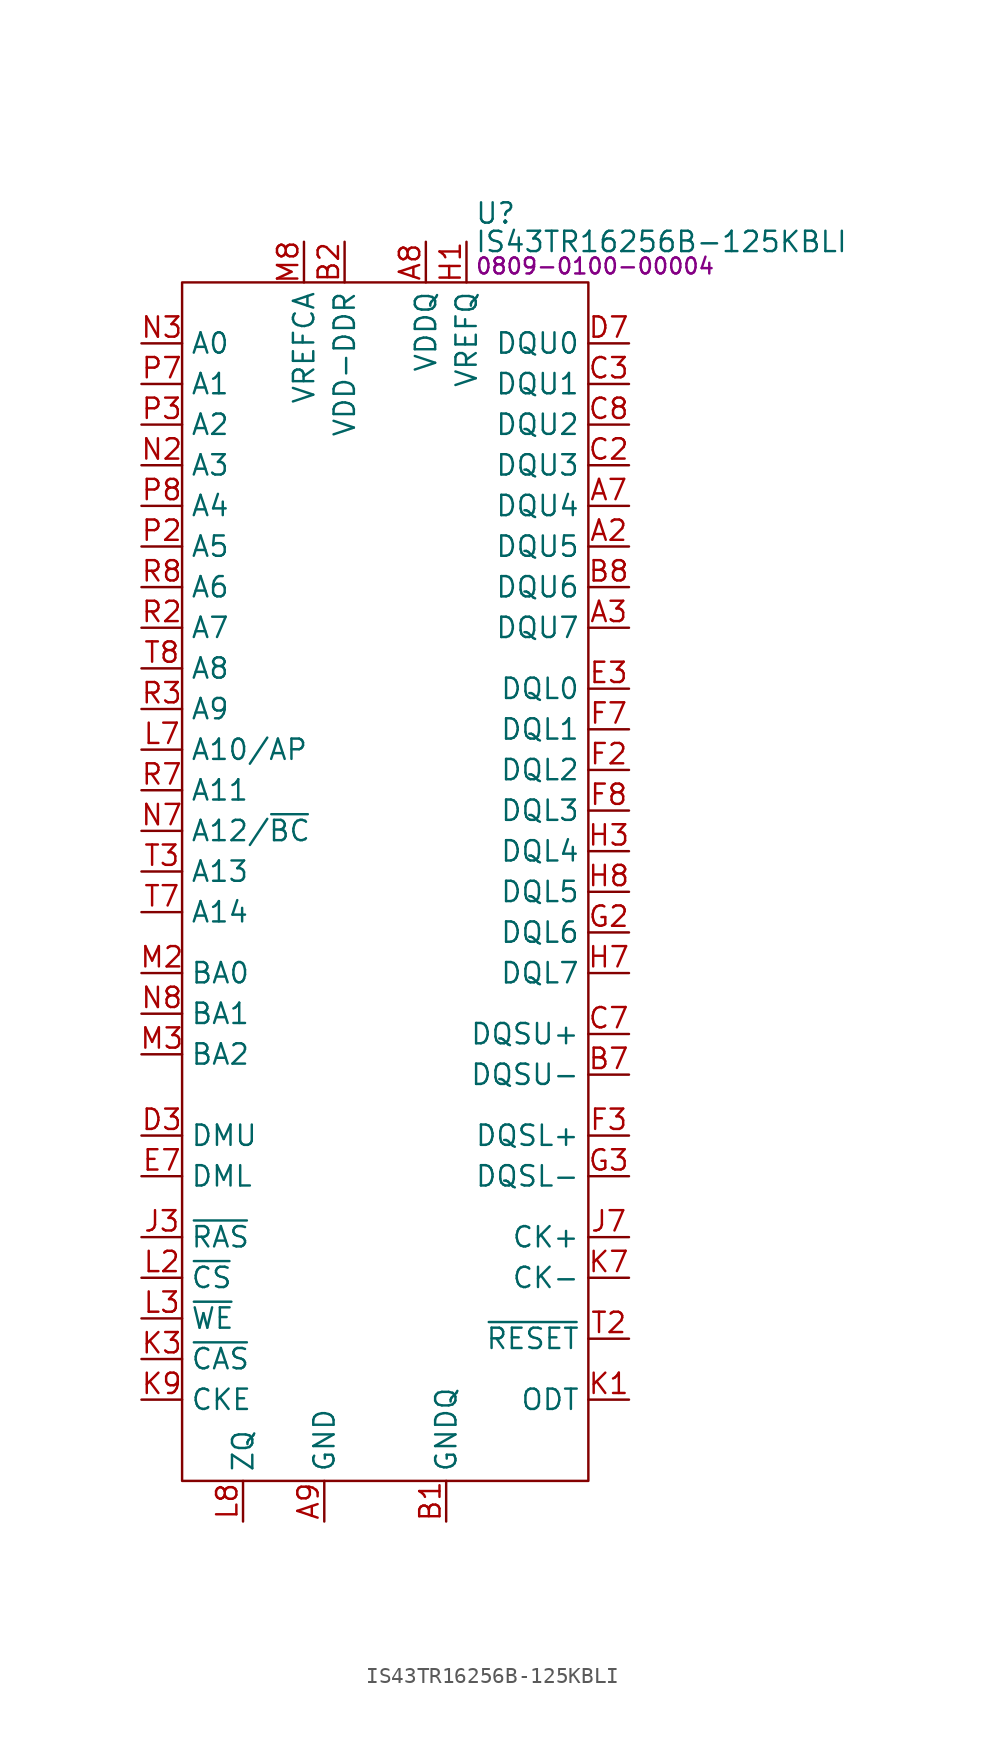
<source format=kicad_sym>
(kicad_symbol_lib
  (version 20231120)
  (generator "kicad_symbol_editor")
  (generator_version "8.0")
  (symbol "IS43TR16256B-125KBLI"
    (property "Reference" "U"
      (at 18.288 4.318 0)
      (effects (font (size 1.27 1.27)) (justify left)))
    (property "Value" "IS43TR16256B-125KBLI"
      (at 18.288 2.54 0)
      (effects (font (size 1.27 1.27)) (justify left)))
    (property "PartNumber" "0809-0100-00004"
      (at 18.288 1.016 0)
      (effects (font (size 1 1)) (justify left)))
    (symbol "IS43TR16256B-125KBLI_0_0"
      (pin power_in line (at 15.24 2.54 270) (length 2.54) hide (name "VDDQ" (effects (font (size 1.27 1.27)))) (number "A1" (effects (font (size 1.27 1.27)))))
      (pin bidirectional line (at 27.94 -16.51 180) (length 2.54) (name "DQU5" (effects (font (size 1.27 1.27)))) (number "A2" (effects (font (size 1.27 1.27)))))
      (pin bidirectional line (at 27.94 -21.59 180) (length 2.54) (name "DQU7" (effects (font (size 1.27 1.27)))) (number "A3" (effects (font (size 1.27 1.27)))))
      (pin bidirectional line (at 27.94 -13.97 180) (length 2.54) (name "DQU4" (effects (font (size 1.27 1.27)))) (number "A7" (effects (font (size 1.27 1.27)))))
      (pin power_in line (at 15.24 2.54 270) (length 2.54) (name "VDDQ" (effects (font (size 1.27 1.27)))) (number "A8" (effects (font (size 1.27 1.27)))))
      (pin power_in line (at 8.89 -77.47 90) (length 2.54) (name "GND" (effects (font (size 1.27 1.27)))) (number "A9" (effects (font (size 1.27 1.27)))))
      (pin power_in line (at 16.51 -77.47 90) (length 2.54) (name "GNDQ" (effects (font (size 1.27 1.27)))) (number "B1" (effects (font (size 1.27 1.27)))))
      (pin power_in line (at 10.16 2.54 270) (length 2.54) (name "VDD-DDR" (effects (font (size 1.27 1.27)))) (number "B2" (effects (font (size 1.27 1.27)))))
      (pin power_in line (at 8.89 -77.47 90) (length 2.54) hide (name "GND" (effects (font (size 1.27 1.27)))) (number "B3" (effects (font (size 1.27 1.27)))))
      (pin bidirectional line (at 27.94 -49.53 180) (length 2.54) (name "DQSU-" (effects (font (size 1.27 1.27)))) (number "B7" (effects (font (size 1.27 1.27)))))
      (pin bidirectional line (at 27.94 -19.05 180) (length 2.54) (name "DQU6" (effects (font (size 1.27 1.27)))) (number "B8" (effects (font (size 1.27 1.27)))))
      (pin power_in line (at 16.51 -77.47 90) (length 2.54) hide (name "GNDQ" (effects (font (size 1.27 1.27)))) (number "B9" (effects (font (size 1.27 1.27)))))
      (pin power_in line (at 15.24 2.54 270) (length 2.54) hide (name "VDDQ" (effects (font (size 1.27 1.27)))) (number "C1" (effects (font (size 1.27 1.27)))))
      (pin bidirectional line (at 27.94 -11.43 180) (length 2.54) (name "DQU3" (effects (font (size 1.27 1.27)))) (number "C2" (effects (font (size 1.27 1.27)))))
      (pin bidirectional line (at 27.94 -6.35 180) (length 2.54) (name "DQU1" (effects (font (size 1.27 1.27)))) (number "C3" (effects (font (size 1.27 1.27)))))
      (pin bidirectional line (at 27.94 -46.99 180) (length 2.54) (name "DQSU+" (effects (font (size 1.27 1.27)))) (number "C7" (effects (font (size 1.27 1.27)))))
      (pin bidirectional line (at 27.94 -8.89 180) (length 2.54) (name "DQU2" (effects (font (size 1.27 1.27)))) (number "C8" (effects (font (size 1.27 1.27)))))
      (pin power_in line (at 15.24 2.54 270) (length 2.54) hide (name "VDDQ" (effects (font (size 1.27 1.27)))) (number "C9" (effects (font (size 1.27 1.27)))))
      (pin power_in line (at 16.51 -77.47 90) (length 2.54) hide (name "GNDQ" (effects (font (size 1.27 1.27)))) (number "D1" (effects (font (size 1.27 1.27)))))
      (pin power_in line (at 15.24 2.54 270) (length 2.54) hide (name "VDDQ" (effects (font (size 1.27 1.27)))) (number "D2" (effects (font (size 1.27 1.27)))))
      (pin input line (at -2.54 -53.34 0) (length 2.54) (name "DMU" (effects (font (size 1.27 1.27)))) (number "D3" (effects (font (size 1.27 1.27)))))
      (pin bidirectional line (at 27.94 -3.81 180) (length 2.54) (name "DQU0" (effects (font (size 1.27 1.27)))) (number "D7" (effects (font (size 1.27 1.27)))))
      (pin power_in line (at 16.51 -77.47 90) (length 2.54) hide (name "GNDQ" (effects (font (size 1.27 1.27)))) (number "D8" (effects (font (size 1.27 1.27)))))
      (pin power_in line (at 10.16 2.54 270) (length 2.54) hide (name "VDD-DDR" (effects (font (size 1.27 1.27)))) (number "D9" (effects (font (size 1.27 1.27)))))
      (pin power_in line (at 8.89 -77.47 90) (length 2.54) hide (name "GND" (effects (font (size 1.27 1.27)))) (number "E1" (effects (font (size 1.27 1.27)))))
      (pin power_in line (at 16.51 -77.47 90) (length 2.54) hide (name "GNDQ" (effects (font (size 1.27 1.27)))) (number "E2" (effects (font (size 1.27 1.27)))))
      (pin bidirectional line (at 27.94 -25.4 180) (length 2.54) (name "DQL0" (effects (font (size 1.27 1.27)))) (number "E3" (effects (font (size 1.27 1.27)))))
      (pin input line (at -2.54 -55.88 0) (length 2.54) (name "DML" (effects (font (size 1.27 1.27)))) (number "E7" (effects (font (size 1.27 1.27)))))
      (pin power_in line (at 16.51 -77.47 90) (length 2.54) hide (name "GNDQ" (effects (font (size 1.27 1.27)))) (number "E8" (effects (font (size 1.27 1.27)))))
      (pin power_in line (at 15.24 2.54 270) (length 2.54) hide (name "VDDQ" (effects (font (size 1.27 1.27)))) (number "E9" (effects (font (size 1.27 1.27)))))
      (pin power_in line (at 15.24 2.54 270) (length 2.54) hide (name "VDDQ" (effects (font (size 1.27 1.27)))) (number "F1" (effects (font (size 1.27 1.27)))))
      (pin bidirectional line (at 27.94 -30.48 180) (length 2.54) (name "DQL2" (effects (font (size 1.27 1.27)))) (number "F2" (effects (font (size 1.27 1.27)))))
      (pin bidirectional line (at 27.94 -53.34 180) (length 2.54) (name "DQSL+" (effects (font (size 1.27 1.27)))) (number "F3" (effects (font (size 1.27 1.27)))))
      (pin bidirectional line (at 27.94 -27.94 180) (length 2.54) (name "DQL1" (effects (font (size 1.27 1.27)))) (number "F7" (effects (font (size 1.27 1.27)))))
      (pin bidirectional line (at 27.94 -33.02 180) (length 2.54) (name "DQL3" (effects (font (size 1.27 1.27)))) (number "F8" (effects (font (size 1.27 1.27)))))
      (pin power_in line (at 16.51 -77.47 90) (length 2.54) hide (name "GNDQ" (effects (font (size 1.27 1.27)))) (number "F9" (effects (font (size 1.27 1.27)))))
      (pin power_in line (at 16.51 -77.47 90) (length 2.54) hide (name "GNDQ" (effects (font (size 1.27 1.27)))) (number "G1" (effects (font (size 1.27 1.27)))))
      (pin bidirectional line (at 27.94 -40.64 180) (length 2.54) (name "DQL6" (effects (font (size 1.27 1.27)))) (number "G2" (effects (font (size 1.27 1.27)))))
      (pin bidirectional line (at 27.94 -55.88 180) (length 2.54) (name "DQSL-" (effects (font (size 1.27 1.27)))) (number "G3" (effects (font (size 1.27 1.27)))))
      (pin power_in line (at 10.16 2.54 270) (length 2.54) hide (name "VDD-DDR" (effects (font (size 1.27 1.27)))) (number "G7" (effects (font (size 1.27 1.27)))))
      (pin power_in line (at 8.89 -77.47 90) (length 2.54) hide (name "GND" (effects (font (size 1.27 1.27)))) (number "G8" (effects (font (size 1.27 1.27)))))
      (pin power_in line (at 16.51 -77.47 90) (length 2.54) hide (name "GNDQ" (effects (font (size 1.27 1.27)))) (number "G9" (effects (font (size 1.27 1.27)))))
      (pin power_in line (at 17.78 2.54 270) (length 2.54) (name "VREFQ" (effects (font (size 1.27 1.27)))) (number "H1" (effects (font (size 1.27 1.27)))))
      (pin power_in line (at 15.24 2.54 270) (length 2.54) hide (name "VDDQ" (effects (font (size 1.27 1.27)))) (number "H2" (effects (font (size 1.27 1.27)))))
      (pin bidirectional line (at 27.94 -35.56 180) (length 2.54) (name "DQL4" (effects (font (size 1.27 1.27)))) (number "H3" (effects (font (size 1.27 1.27)))))
      (pin bidirectional line (at 27.94 -43.18 180) (length 2.54) (name "DQL7" (effects (font (size 1.27 1.27)))) (number "H7" (effects (font (size 1.27 1.27)))))
      (pin bidirectional line (at 27.94 -38.1 180) (length 2.54) (name "DQL5" (effects (font (size 1.27 1.27)))) (number "H8" (effects (font (size 1.27 1.27)))))
      (pin power_in line (at 15.24 2.54 270) (length 2.54) hide (name "VDDQ" (effects (font (size 1.27 1.27)))) (number "H9" (effects (font (size 1.27 1.27)))))
      (pin power_in line (at 8.89 -77.47 90) (length 2.54) hide (name "GND" (effects (font (size 1.27 1.27)))) (number "J1" (effects (font (size 1.27 1.27)))))
      (pin power_in line (at 8.89 -77.47 90) (length 2.54) hide (name "GND" (effects (font (size 1.27 1.27)))) (number "J2" (effects (font (size 1.27 1.27)))))
      (pin input line (at -2.54 -59.69 0) (length 2.54) (name "~{RAS}" (effects (font (size 1.27 1.27)))) (number "J3" (effects (font (size 1.27 1.27)))))
      (pin input line (at 27.94 -59.69 180) (length 2.54) (name "CK+" (effects (font (size 1.27 1.27)))) (number "J7" (effects (font (size 1.27 1.27)))))
      (pin power_in line (at 8.89 -77.47 90) (length 2.54) hide (name "GND" (effects (font (size 1.27 1.27)))) (number "J8" (effects (font (size 1.27 1.27)))))
      (pin power_in line (at 10.16 2.54 270) (length 2.54) hide (name "VDD-DDR" (effects (font (size 1.27 1.27)))) (number "J9" (effects (font (size 1.27 1.27)))))
      (pin input line (at 27.94 -69.85 180) (length 2.54) (name "ODT" (effects (font (size 1.27 1.27)))) (number "K1" (effects (font (size 1.27 1.27)))))
      (pin power_in line (at 10.16 2.54 270) (length 2.54) hide (name "VDD-DDR" (effects (font (size 1.27 1.27)))) (number "K2" (effects (font (size 1.27 1.27)))))
      (pin input line (at -2.54 -67.31 0) (length 2.54) (name "~{CAS}" (effects (font (size 1.27 1.27)))) (number "K3" (effects (font (size 1.27 1.27)))))
      (pin input line (at 27.94 -62.23 180) (length 2.54) (name "CK-" (effects (font (size 1.27 1.27)))) (number "K7" (effects (font (size 1.27 1.27)))))
      (pin power_in line (at 10.16 2.54 270) (length 2.54) hide (name "VDD-DDR" (effects (font (size 1.27 1.27)))) (number "K8" (effects (font (size 1.27 1.27)))))
      (pin input line (at -2.54 -69.85 0) (length 2.54) (name "CKE" (effects (font (size 1.27 1.27)))) (number "K9" (effects (font (size 1.27 1.27)))))
      (pin no_connect line (at 8.255 -45.085 90) (length 2.54) hide (name "NC" (effects (font (size 1.27 1.27)))) (number "L1" (effects (font (size 1.27 1.27)))))
      (pin input line (at -2.54 -62.23 0) (length 2.54) (name "~{CS}" (effects (font (size 1.27 1.27)))) (number "L2" (effects (font (size 1.27 1.27)))))
      (pin input line (at -2.54 -64.77 0) (length 2.54) (name "~{WE}" (effects (font (size 1.27 1.27)))) (number "L3" (effects (font (size 1.27 1.27)))))
      (pin input line (at -2.54 -29.21 0) (length 2.54) (name "A10/AP" (effects (font (size 1.27 1.27)))) (number "L7" (effects (font (size 1.27 1.27)))))
      (pin power_in line (at 3.81 -77.47 90) (length 2.54) (name "ZQ" (effects (font (size 1.27 1.27)))) (number "L8" (effects (font (size 1.27 1.27)))))
      (pin no_connect line (at 8.255 -45.085 90) (length 2.54) hide (name "NC" (effects (font (size 1.27 1.27)))) (number "L9" (effects (font (size 1.27 1.27)))))
      (pin power_in line (at 8.89 -77.47 90) (length 2.54) hide (name "GND" (effects (font (size 1.27 1.27)))) (number "M1" (effects (font (size 1.27 1.27)))))
      (pin input line (at -2.54 -43.18 0) (length 2.54) (name "BA0" (effects (font (size 1.27 1.27)))) (number "M2" (effects (font (size 1.27 1.27)))))
      (pin input line (at -2.54 -48.26 0) (length 2.54) (name "BA2" (effects (font (size 1.27 1.27)))) (number "M3" (effects (font (size 1.27 1.27)))))
      (pin no_connect line (at 8.255 -45.085 90) (length 2.54) hide (name "NC" (effects (font (size 1.27 1.27)))) (number "M7" (effects (font (size 1.27 1.27)))) (alternate "A15" input line))
      (pin power_in line (at 7.62 2.54 270) (length 2.54) (name "VREFCA" (effects (font (size 1.27 1.27)))) (number "M8" (effects (font (size 1.27 1.27)))))
      (pin power_in line (at 8.89 -77.47 90) (length 2.54) hide (name "GND" (effects (font (size 1.27 1.27)))) (number "M9" (effects (font (size 1.27 1.27)))))
      (pin power_in line (at 8.89 -77.47 90) (length 2.54) hide (name "GND" (effects (font (size 1.27 1.27)))) (number "N1" (effects (font (size 1.27 1.27)))))
      (pin input line (at -2.54 -11.43 0) (length 2.54) (name "A3" (effects (font (size 1.27 1.27)))) (number "N2" (effects (font (size 1.27 1.27)))))
      (pin input line (at -2.54 -3.81 0) (length 2.54) (name "A0" (effects (font (size 1.27 1.27)))) (number "N3" (effects (font (size 1.27 1.27)))))
      (pin input line (at -2.54 -34.29 0) (length 2.54) (name "A12/~{BC}" (effects (font (size 1.27 1.27)))) (number "N7" (effects (font (size 1.27 1.27)))))
      (pin input line (at -2.54 -45.72 0) (length 2.54) (name "BA1" (effects (font (size 1.27 1.27)))) (number "N8" (effects (font (size 1.27 1.27)))))
      (pin power_in line (at 10.16 2.54 270) (length 2.54) hide (name "VDD-DDR" (effects (font (size 1.27 1.27)))) (number "N9" (effects (font (size 1.27 1.27)))))
      (pin power_in line (at 8.89 -77.47 90) (length 2.54) hide (name "GND" (effects (font (size 1.27 1.27)))) (number "P1" (effects (font (size 1.27 1.27)))))
      (pin input line (at -2.54 -16.51 0) (length 2.54) (name "A5" (effects (font (size 1.27 1.27)))) (number "P2" (effects (font (size 1.27 1.27)))))
      (pin input line (at -2.54 -8.89 0) (length 2.54) (name "A2" (effects (font (size 1.27 1.27)))) (number "P3" (effects (font (size 1.27 1.27)))))
      (pin input line (at -2.54 -6.35 0) (length 2.54) (name "A1" (effects (font (size 1.27 1.27)))) (number "P7" (effects (font (size 1.27 1.27)))))
      (pin input line (at -2.54 -13.97 0) (length 2.54) (name "A4" (effects (font (size 1.27 1.27)))) (number "P8" (effects (font (size 1.27 1.27)))))
      (pin power_in line (at 8.89 -77.47 90) (length 2.54) hide (name "GND" (effects (font (size 1.27 1.27)))) (number "P9" (effects (font (size 1.27 1.27)))))
      (pin power_in line (at 10.16 2.54 270) (length 2.54) hide (name "VDD-DDR" (effects (font (size 1.27 1.27)))) (number "R1" (effects (font (size 1.27 1.27)))))
      (pin input line (at -2.54 -21.59 0) (length 2.54) (name "A7" (effects (font (size 1.27 1.27)))) (number "R2" (effects (font (size 1.27 1.27)))))
      (pin input line (at -2.54 -26.67 0) (length 2.54) (name "A9" (effects (font (size 1.27 1.27)))) (number "R3" (effects (font (size 1.27 1.27)))))
      (pin input line (at -2.54 -31.75 0) (length 2.54) (name "A11" (effects (font (size 1.27 1.27)))) (number "R7" (effects (font (size 1.27 1.27)))))
      (pin input line (at -2.54 -19.05 0) (length 2.54) (name "A6" (effects (font (size 1.27 1.27)))) (number "R8" (effects (font (size 1.27 1.27)))))
      (pin power_in line (at 10.16 2.54 270) (length 2.54) hide (name "VDD-DDR" (effects (font (size 1.27 1.27)))) (number "R9" (effects (font (size 1.27 1.27)))))
      (pin power_in line (at 8.89 -77.47 90) (length 2.54) hide (name "GND" (effects (font (size 1.27 1.27)))) (number "T1" (effects (font (size 1.27 1.27)))))
      (pin input line (at 27.94 -66.04 180) (length 2.54) (name "~{RESET}" (effects (font (size 1.27 1.27)))) (number "T2" (effects (font (size 1.27 1.27)))))
      (pin input line (at -2.54 -36.83 0) (length 2.54) (name "A13" (effects (font (size 1.27 1.27)))) (number "T3" (effects (font (size 1.27 1.27)))))
      (pin input line (at -2.54 -39.37 0) (length 2.54) (name "A14" (effects (font (size 1.27 1.27)))) (number "T7" (effects (font (size 1.27 1.27)))))
      (pin input line (at -2.54 -24.13 0) (length 2.54) (name "A8" (effects (font (size 1.27 1.27)))) (number "T8" (effects (font (size 1.27 1.27)))))
      (pin power_in line (at 8.89 -77.47 90) (length 2.54) hide (name "GND" (effects (font (size 1.27 1.27)))) (number "T9" (effects (font (size 1.27 1.27))))))
    (symbol "IS43TR16256B-125KBLI_0_1"
      (rectangle (start 0 0) (end 25.4 -74.93) (stroke (width 0) (type default)) (fill (type none))))))
</source>
